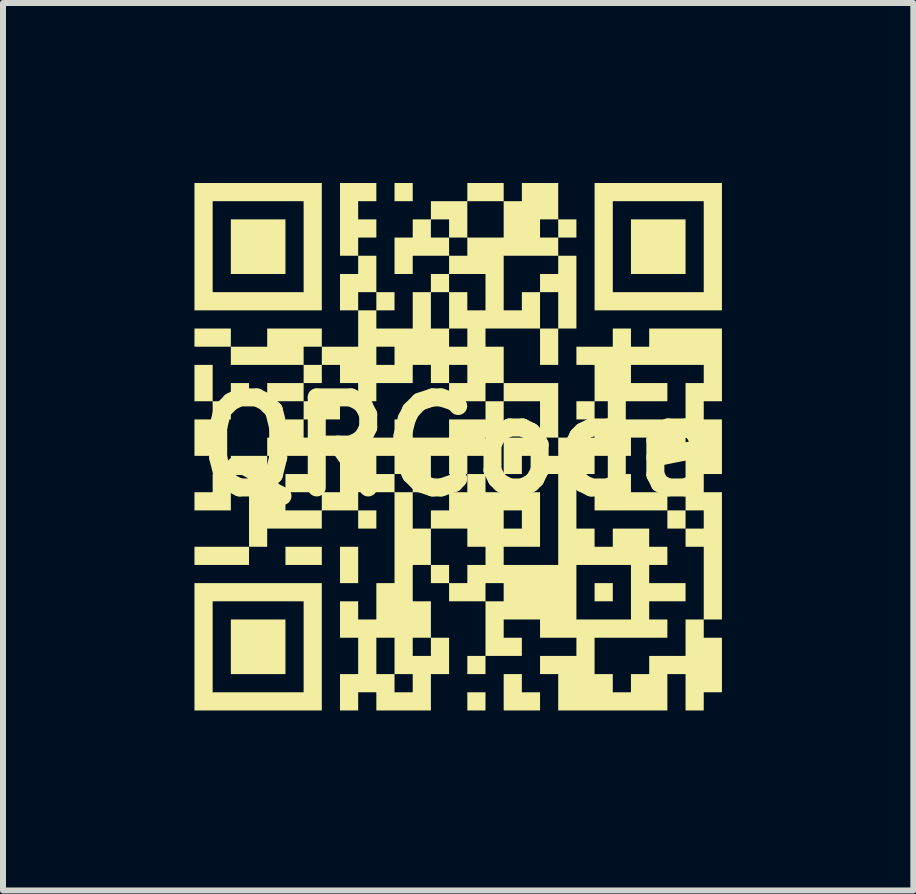
<source format=kicad_pcb>
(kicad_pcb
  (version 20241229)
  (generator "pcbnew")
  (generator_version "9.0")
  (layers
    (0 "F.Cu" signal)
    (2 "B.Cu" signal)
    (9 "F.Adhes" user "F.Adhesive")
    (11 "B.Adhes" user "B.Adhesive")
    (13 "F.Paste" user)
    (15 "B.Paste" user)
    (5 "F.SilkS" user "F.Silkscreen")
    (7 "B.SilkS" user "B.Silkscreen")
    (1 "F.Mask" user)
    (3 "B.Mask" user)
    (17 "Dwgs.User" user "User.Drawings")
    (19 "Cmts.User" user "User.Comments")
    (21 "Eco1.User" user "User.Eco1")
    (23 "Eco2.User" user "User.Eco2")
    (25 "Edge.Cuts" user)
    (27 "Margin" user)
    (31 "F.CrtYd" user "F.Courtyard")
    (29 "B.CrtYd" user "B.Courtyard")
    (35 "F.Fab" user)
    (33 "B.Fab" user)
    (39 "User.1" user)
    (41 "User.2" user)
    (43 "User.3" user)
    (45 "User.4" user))
  (footprint "QRCode"
    (layer "F.Cu")
    (at 4.586 4.395)
    (property "Reference" "QRCode" (at 0 0 0) (layer "F.SilkS") (effects (font (size 1.5 1.5) (thickness 0.3))))
    (attr board_only exclude_from_pos_files exclude_from_bom)
    (fp_poly (pts (xy -2.879 -3.334) (xy -2.879 -2.879) (xy -3.334 -2.879) (xy -3.789 -2.879) (xy -3.789 -3.334) (xy -3.789 -3.789) (xy -3.334 -3.789) (xy -2.879 -3.789)) (stroke (width 0) (type solid)) (fill yes) (layer "F.SilkS"))
    (fp_poly (pts (xy -2.879 3.334) (xy -2.879 3.789) (xy -3.334 3.789) (xy -3.789 3.789) (xy -3.789 3.334) (xy -3.789 2.879) (xy -3.334 2.879) (xy -2.879 2.879)) (stroke (width 0) (type solid)) (fill yes) (layer "F.SilkS"))
    (fp_poly (pts (xy -2.273 0.606) (xy -2.273 0.758) (xy -2.576 0.758) (xy -2.879 0.758) (xy -2.879 0.606) (xy -2.879 0.455) (xy -2.576 0.455) (xy -2.273 0.455)) (stroke (width 0) (type solid)) (fill yes) (layer "F.SilkS"))
    (fp_poly (pts (xy -2.273 1.819) (xy -2.273 1.97) (xy -2.576 1.97) (xy -2.879 1.97) (xy -2.879 1.819) (xy -2.879 1.667) (xy -2.576 1.667) (xy -2.273 1.667)) (stroke (width 0) (type solid)) (fill yes) (layer "F.SilkS"))
    (fp_poly (pts (xy -1.667 1.97) (xy -1.667 2.273) (xy -1.819 2.273) (xy -1.97 2.273) (xy -1.97 1.97) (xy -1.97 1.667) (xy -1.819 1.667) (xy -1.667 1.667)) (stroke (width 0) (type solid)) (fill yes) (layer "F.SilkS"))
    (fp_poly (pts (xy -1.364 1.212) (xy -1.364 1.364) (xy -1.516 1.364) (xy -1.667 1.364) (xy -1.667 1.212) (xy -1.667 1.061) (xy -1.516 1.061) (xy -1.364 1.061)) (stroke (width 0) (type solid)) (fill yes) (layer "F.SilkS"))
    (fp_poly (pts (xy -0.758 -4.243) (xy -0.758 -4.092) (xy -0.909 -4.092) (xy -1.061 -4.092) (xy -1.061 -4.243) (xy -1.061 -4.395) (xy -0.909 -4.395) (xy -0.758 -4.395)) (stroke (width 0) (type solid)) (fill yes) (layer "F.SilkS"))
    (fp_poly (pts (xy 0.455 4.243) (xy 0.455 4.395) (xy 0.303 4.395) (xy 0.152 4.395) (xy 0.152 4.243) (xy 0.152 4.092) (xy 0.303 4.092) (xy 0.455 4.092)) (stroke (width 0) (type solid)) (fill yes) (layer "F.SilkS"))
    (fp_poly (pts (xy 2.576 2.425) (xy 2.576 2.576) (xy 2.425 2.576) (xy 2.273 2.576) (xy 2.273 2.425) (xy 2.273 2.273) (xy 2.425 2.273) (xy 2.576 2.273)) (stroke (width 0) (type solid)) (fill yes) (layer "F.SilkS"))
    (fp_poly (pts (xy 3.789 -3.334) (xy 3.789 -2.879) (xy 3.334 -2.879) (xy 2.879 -2.879) (xy 2.879 -3.334) (xy 2.879 -3.789) (xy 3.334 -3.789) (xy 3.789 -3.789)) (stroke (width 0) (type solid)) (fill yes) (layer "F.SilkS"))
    (fp_poly (pts (xy 3.789 1.212) (xy 3.789 1.364) (xy 3.637 1.364) (xy 3.486 1.364) (xy 3.486 1.212) (xy 3.486 1.061) (xy 3.637 1.061) (xy 3.789 1.061)) (stroke (width 0) (type solid)) (fill yes) (layer "F.SilkS"))
    (fp_poly (pts (xy 1.061 3.94) (xy 1.061 4.092) (xy 1.212 4.092) (xy 1.364 4.092) (xy 1.364 4.243) (xy 1.364 4.395) (xy 1.061 4.395) (xy 0.758 4.395) (xy 0.758 4.092) (xy 0.758 3.789) (xy 0.909 3.789) (xy 1.061 3.789)) (stroke (width 0) (type solid)) (fill yes) (layer "F.SilkS"))
    (fp_poly (pts (xy 1.364 0) (xy 1.364 0.152) (xy 1.212 0.152) (xy 1.061 0.152) (xy 1.061 0.303) (xy 1.061 0.455) (xy 0.909 0.455) (xy 0.758 0.455) (xy 0.758 0.152) (xy 0.758 -0.152) (xy 1.061 -0.152) (xy 1.364 -0.152)) (stroke (width 0) (type solid)) (fill yes) (layer "F.SilkS"))
    (fp_poly (pts (xy 2.879 0.606) (xy 2.879 0.758) (xy 3.183 0.758) (xy 3.486 0.758) (xy 3.486 0.909) (xy 3.486 1.061) (xy 2.879 1.061) (xy 2.273 1.061) (xy 2.273 0.909) (xy 2.273 0.758) (xy 2.425 0.758) (xy 2.576 0.758) (xy 2.576 0.606) (xy 2.576 0.455) (xy 2.728 0.455) (xy 2.879 0.455)) (stroke (width 0) (type solid)) (fill yes) (layer "F.SilkS"))
    (fp_poly (pts (xy -2.273 -3.334) (xy -2.273 -2.273) (xy -3.334 -2.273) (xy -4.395 -2.273) (xy -4.395 -3.334) (xy -4.395 -4.092) (xy -4.092 -4.092) (xy -4.092 -3.334) (xy -4.092 -2.576) (xy -3.334 -2.576) (xy -2.576 -2.576) (xy -2.576 -3.334) (xy -2.576 -4.092) (xy -3.334 -4.092) (xy -4.092 -4.092) (xy -4.395 -4.092) (xy -4.395 -4.395) (xy -3.334 -4.395) (xy -2.273 -4.395)) (stroke (width 0) (type solid)) (fill yes) (layer "F.SilkS"))
    (fp_poly (pts (xy -2.273 3.334) (xy -2.273 4.395) (xy -3.334 4.395) (xy -4.395 4.395) (xy -4.395 3.334) (xy -4.395 2.576) (xy -4.092 2.576) (xy -4.092 3.334) (xy -4.092 4.092) (xy -3.334 4.092) (xy -2.576 4.092) (xy -2.576 3.334) (xy -2.576 2.576) (xy -3.334 2.576) (xy -4.092 2.576) (xy -4.395 2.576) (xy -4.395 2.273) (xy -3.334 2.273) (xy -2.273 2.273)) (stroke (width 0) (type solid)) (fill yes) (layer "F.SilkS"))
    (fp_poly (pts (xy 4.395 -3.334) (xy 4.395 -2.273) (xy 3.334 -2.273) (xy 2.273 -2.273) (xy 2.273 -3.334) (xy 2.273 -4.092) (xy 2.576 -4.092) (xy 2.576 -3.334) (xy 2.576 -2.576) (xy 3.334 -2.576) (xy 4.092 -2.576) (xy 4.092 -3.334) (xy 4.092 -4.092) (xy 3.334 -4.092) (xy 2.576 -4.092) (xy 2.273 -4.092) (xy 2.273 -4.395) (xy 3.334 -4.395) (xy 4.395 -4.395)) (stroke (width 0) (type solid)) (fill yes) (layer "F.SilkS"))
    (fp_poly (pts (xy -1.364 -4.243) (xy -1.364 -4.092) (xy -1.516 -4.092) (xy -1.667 -4.092) (xy -1.667 -3.94) (xy -1.667 -3.789) (xy -1.516 -3.789) (xy -1.364 -3.789) (xy -1.364 -3.637) (xy -1.364 -3.486) (xy -1.516 -3.486) (xy -1.667 -3.486) (xy -1.667 -3.334) (xy -1.667 -3.183) (xy -1.819 -3.183) (xy -1.97 -3.183) (xy -1.97 -3.789) (xy -1.97 -4.395) (xy -1.667 -4.395) (xy -1.364 -4.395)) (stroke (width 0) (type solid)) (fill yes) (layer "F.SilkS"))
    (fp_poly (pts (xy -4.092 -1.061) (xy -4.092 -0.758) (xy -3.94 -0.758) (xy -3.789 -0.758) (xy -3.789 -0.909) (xy -3.789 -1.061) (xy -3.637 -1.061) (xy -3.486 -1.061) (xy -3.486 -0.909) (xy -3.486 -0.758) (xy -3.637 -0.758) (xy -3.789 -0.758) (xy -3.789 -0.606) (xy -3.789 -0.455) (xy -3.94 -0.455) (xy -4.092 -0.455) (xy -4.092 -0.152) (xy -4.092 0.152) (xy -4.243 0.152) (xy -4.395 0.152) (xy -4.395 -0.152) (xy -4.395 -0.455) (xy -4.243 -0.455) (xy -4.092 -0.455) (xy -4.092 -0.606) (xy -4.092 -0.758) (xy -4.243 -0.758) (xy -4.395 -0.758) (xy -4.395 -1.061) (xy -4.395 -1.364) (xy -4.243 -1.364) (xy -4.092 -1.364)) (stroke (width 0) (type solid)) (fill yes) (layer "F.SilkS"))
    (fp_poly (pts (xy 0.758 -4.243) (xy 0.758 -4.092) (xy 0.909 -4.092) (xy 1.061 -4.092) (xy 1.061 -4.243) (xy 1.061 -4.395) (xy 1.364 -4.395) (xy 1.667 -4.395) (xy 1.667 -4.092) (xy 1.667 -3.789) (xy 1.516 -3.789) (xy 1.364 -3.789) (xy 1.364 -3.637) (xy 1.364 -3.486) (xy 1.516 -3.486) (xy 1.667 -3.486) (xy 1.667 -3.637) (xy 1.667 -3.789) (xy 1.819 -3.789) (xy 1.97 -3.789) (xy 1.97 -3.637) (xy 1.97 -3.486) (xy 1.819 -3.486) (xy 1.667 -3.486) (xy 1.667 -3.334) (xy 1.667 -3.183) (xy 1.212 -3.183) (xy 0.758 -3.183) (xy 0.758 -2.728) (xy 0.758 -2.273) (xy 0.909 -2.273) (xy 1.061 -2.273) (xy 1.061 -2.425) (xy 1.061 -2.576) (xy 1.212 -2.576) (xy 1.364 -2.576) (xy 1.364 -2.273) (xy 1.364 -1.97) (xy 1.516 -1.97) (xy 1.667 -1.97) (xy 1.667 -2.273) (xy 1.667 -2.576) (xy 1.516 -2.576) (xy 1.364 -2.576) (xy 1.364 -2.728) (xy 1.364 -2.879) (xy 1.516 -2.879) (xy 1.667 -2.879) (xy 1.667 -3.031) (xy 1.667 -3.183) (xy 1.819 -3.183) (xy 1.97 -3.183) (xy 1.97 -2.576) (xy 1.97 -1.97) (xy 1.819 -1.97) (xy 1.667 -1.97) (xy 1.667 -1.667) (xy 1.667 -1.364) (xy 1.516 -1.364) (xy 1.364 -1.364) (xy 1.364 -1.667) (xy 1.364 -1.97) (xy 0.909 -1.97) (xy 0.455 -1.97) (xy 0.455 -1.819) (xy 0.455 -1.667) (xy 0.606 -1.667) (xy 0.758 -1.667) (xy 0.758 -1.364) (xy 0.758 -1.061) (xy 0.606 -1.061) (xy 0.455 -1.061) (xy 0.455 -0.909) (xy 0.455 -0.758) (xy 0.152 -0.758) (xy -0.152 -0.758) (xy -0.152 -0.909) (xy -0.152 -1.061) (xy 0 -1.061) (xy 0.152 -1.061) (xy 0.152 -1.212) (xy 0.152 -1.364) (xy 0 -1.364) (xy -0.152 -1.364) (xy -0.152 -1.212) (xy -0.152 -1.061) (xy -0.303 -1.061) (xy -0.455 -1.061) (xy -0.455 -1.212) (xy -0.455 -1.364) (xy -0.606 -1.364) (xy -0.758 -1.364) (xy -0.758 -1.212) (xy -0.758 -1.061) (xy -1.061 -1.061) (xy -1.364 -1.061) (xy -1.364 -0.909) (xy -1.364 -0.758) (xy -1.516 -0.758) (xy -1.667 -0.758) (xy -1.667 -0.909) (xy -1.667 -1.061) (xy -1.819 -1.061) (xy -1.97 -1.061) (xy -1.97 -1.212) (xy -1.97 -1.364) (xy -2.122 -1.364) (xy -2.273 -1.364) (xy -2.273 -1.212) (xy -2.273 -1.061) (xy -2.425 -1.061) (xy -2.576 -1.061) (xy -2.576 -0.909) (xy -2.576 -0.758) (xy -2.879 -0.758) (xy -3.183 -0.758) (xy -3.183 -0.909) (xy -3.183 -1.061) (xy -2.879 -1.061) (xy -2.576 -1.061) (xy -2.576 -1.212) (xy -2.576 -1.364) (xy -3.183 -1.364) (xy -3.789 -1.364) (xy -3.789 -1.516) (xy -3.789 -1.667) (xy -4.092 -1.667) (xy -4.395 -1.667) (xy -4.395 -1.819) (xy -4.395 -1.97) (xy -4.092 -1.97) (xy -3.789 -1.97) (xy -3.789 -1.819) (xy -3.789 -1.667) (xy -3.486 -1.667) (xy -3.183 -1.667) (xy -2.576 -1.667) (xy -2.576 -1.516) (xy -2.576 -1.364) (xy -2.425 -1.364) (xy -2.273 -1.364) (xy -2.273 -1.516) (xy -2.273 -1.667) (xy -2.425 -1.667) (xy -2.576 -1.667) (xy -3.183 -1.667) (xy -3.183 -1.819) (xy -3.183 -1.97) (xy -2.728 -1.97) (xy -2.273 -1.97) (xy -2.273 -1.819) (xy -2.273 -1.667) (xy -1.97 -1.667) (xy -1.667 -1.667) (xy -1.364 -1.667) (xy -1.364 -1.516) (xy -1.364 -1.364) (xy -1.212 -1.364) (xy -1.061 -1.364) (xy -1.061 -1.516) (xy -1.061 -1.667) (xy -1.212 -1.667) (xy -1.364 -1.667) (xy -1.667 -1.667) (xy -1.667 -1.97) (xy -1.667 -2.273) (xy -1.819 -2.273) (xy -1.97 -2.273) (xy -1.97 -2.576) (xy -1.97 -2.879) (xy -1.819 -2.879) (xy -1.667 -2.879) (xy -1.667 -3.031) (xy -1.667 -3.183) (xy -1.516 -3.183) (xy -1.364 -3.183) (xy -1.364 -2.879) (xy -1.364 -2.576) (xy -1.516 -2.576) (xy -1.667 -2.576) (xy -1.667 -2.425) (xy -1.667 -2.273) (xy -1.516 -2.273) (xy -1.364 -2.273) (xy -1.364 -2.425) (xy -1.364 -2.576) (xy -1.212 -2.576) (xy -1.061 -2.576) (xy -1.061 -2.425) (xy -1.061 -2.273) (xy -1.212 -2.273) (xy -1.364 -2.273) (xy -1.364 -2.122) (xy -1.364 -1.97) (xy -1.061 -1.97) (xy -0.758 -1.97) (xy -0.455 -1.97) (xy -0.303 -1.97) (xy -0.152 -1.97) (xy -0.152 -1.819) (xy -0.152 -1.667) (xy 0 -1.667) (xy 0.152 -1.667) (xy 0.152 -1.819) (xy 0.152 -1.97) (xy 0 -1.97) (xy -0.152 -1.97) (xy -0.152 -2.273) (xy -0.152 -2.576) (xy 0 -2.576) (xy 0.152 -2.576) (xy 0.152 -2.425) (xy 0.152 -2.273) (xy 0.303 -2.273) (xy 0.455 -2.273) (xy 0.455 -2.576) (xy 0.455 -2.879) (xy 0.152 -2.879) (xy -0.152 -2.879) (xy -0.152 -2.728) (xy -0.152 -2.576) (xy -0.303 -2.576) (xy -0.455 -2.576) (xy -0.455 -2.273) (xy -0.455 -1.97) (xy -0.758 -1.97) (xy -0.758 -2.273) (xy -0.758 -2.576) (xy -0.606 -2.576) (xy -0.455 -2.576) (xy -0.455 -2.728) (xy -0.455 -2.879) (xy -0.303 -2.879) (xy -0.152 -2.879) (xy -0.152 -3.031) (xy -0.152 -3.183) (xy -0.455 -3.183) (xy -0.758 -3.183) (xy -0.758 -3.031) (xy -0.758 -2.879) (xy -0.909 -2.879) (xy -1.061 -2.879) (xy -1.061 -3.183) (xy -1.061 -3.486) (xy -0.909 -3.486) (xy -0.758 -3.486) (xy -0.455 -3.486) (xy -0.303 -3.486) (xy -0.152 -3.486) (xy -0.152 -3.334) (xy -0.152 -3.183) (xy 0 -3.183) (xy 0.152 -3.183) (xy 0.152 -3.334) (xy 0.152 -3.486) (xy 0.455 -3.486) (xy 0.758 -3.486) (xy 0.758 -3.789) (xy 0.758 -4.092) (xy 0.455 -4.092) (xy 0.152 -4.092) (xy 0.152 -3.789) (xy 0.152 -3.486) (xy 0 -3.486) (xy -0.152 -3.486) (xy -0.152 -3.637) (xy -0.152 -3.789) (xy -0.303 -3.789) (xy -0.455 -3.789) (xy -0.455 -3.637) (xy -0.455 -3.486) (xy -0.758 -3.486) (xy -0.758 -3.637) (xy -0.758 -3.789) (xy -0.606 -3.789) (xy -0.455 -3.789) (xy -0.455 -3.94) (xy -0.455 -4.092) (xy -0.152 -4.092) (xy 0.152 -4.092) (xy 0.152 -4.243) (xy 0.152 -4.395) (xy 0.455 -4.395) (xy 0.758 -4.395)) (stroke (width 0) (type solid)) (fill yes) (layer "F.SilkS"))
    (fp_poly (pts (xy 2.879 -1.819) (xy 2.879 -1.667) (xy 3.031 -1.667) (xy 3.183 -1.667) (xy 3.183 -1.819) (xy 3.183 -1.97) (xy 3.789 -1.97) (xy 4.395 -1.97) (xy 4.395 -1.364) (xy 4.395 -0.758) (xy 4.243 -0.758) (xy 4.092 -0.758) (xy 4.092 -0.606) (xy 4.092 -0.455) (xy 4.243 -0.455) (xy 4.395 -0.455) (xy 4.395 0) (xy 4.395 0.455) (xy 4.243 0.455) (xy 4.092 0.455) (xy 4.092 0.606) (xy 4.092 0.758) (xy 4.243 0.758) (xy 4.395 0.758) (xy 4.395 1.819) (xy 4.395 2.879) (xy 4.243 2.879) (xy 4.092 2.879) (xy 4.092 3.031) (xy 4.092 3.183) (xy 4.243 3.183) (xy 4.395 3.183) (xy 4.395 3.637) (xy 4.395 4.092) (xy 4.243 4.092) (xy 4.092 4.092) (xy 4.092 4.243) (xy 4.092 4.395) (xy 3.94 4.395) (xy 3.789 4.395) (xy 3.789 4.092) (xy 3.789 3.789) (xy 3.637 3.789) (xy 3.486 3.789) (xy 3.486 4.092) (xy 3.486 4.395) (xy 2.576 4.395) (xy 1.667 4.395) (xy 1.667 4.092) (xy 1.667 3.789) (xy 1.516 3.789) (xy 1.364 3.789) (xy 1.364 3.637) (xy 1.364 3.486) (xy 1.667 3.486) (xy 1.97 3.486) (xy 1.97 3.334) (xy 1.97 3.183) (xy 1.667 3.183) (xy 1.364 3.183) (xy 1.364 3.031) (xy 1.364 2.879) (xy 1.061 2.879) (xy 0.758 2.879) (xy 0.758 3.031) (xy 0.758 3.183) (xy 0.909 3.183) (xy 1.061 3.183) (xy 1.061 3.334) (xy 1.061 3.486) (xy 0.758 3.486) (xy 0.455 3.486) (xy 0.455 3.637) (xy 0.455 3.789) (xy 0.303 3.789) (xy 0.152 3.789) (xy 0.152 3.637) (xy 0.152 3.486) (xy 0.303 3.486) (xy 0.455 3.486) (xy 0.455 3.031) (xy 0.455 2.576) (xy 0.152 2.576) (xy -0.152 2.576) (xy -0.152 2.425) (xy -0.152 2.273) (xy -0.303 2.273) (xy -0.455 2.273) (xy -0.455 2.122) (xy -0.455 1.97) (xy -0.303 1.97) (xy -0.152 1.97) (xy -0.152 2.122) (xy -0.152 2.273) (xy 0 2.273) (xy 0.152 2.273) (xy 0.455 2.273) (xy 0.455 2.425) (xy 0.455 2.576) (xy 0.606 2.576) (xy 0.758 2.576) (xy 0.758 2.425) (xy 0.758 2.273) (xy 0.606 2.273) (xy 0.455 2.273) (xy 0.152 2.273) (xy 0.152 2.122) (xy 0.152 1.97) (xy 0.303 1.97) (xy 0.455 1.97) (xy 0.455 1.819) (xy 0.455 1.667) (xy 0.303 1.667) (xy 0.152 1.667) (xy 0.152 1.516) (xy 0.152 1.364) (xy -0.152 1.364) (xy -0.455 1.364) (xy -0.455 1.667) (xy -0.455 1.97) (xy -0.606 1.97) (xy -0.758 1.97) (xy -0.758 2.273) (xy -0.758 2.576) (xy -0.606 2.576) (xy -0.455 2.576) (xy -0.455 2.879) (xy -0.455 3.183) (xy -0.606 3.183) (xy -0.758 3.183) (xy -0.758 3.334) (xy -0.758 3.486) (xy -0.606 3.486) (xy -0.455 3.486) (xy -0.455 3.334) (xy -0.455 3.183) (xy -0.303 3.183) (xy -0.152 3.183) (xy -0.152 3.486) (xy -0.152 3.789) (xy -0.303 3.789) (xy -0.455 3.789) (xy -0.455 4.092) (xy -0.455 4.395) (xy -0.909 4.395) (xy -1.364 4.395) (xy -1.364 4.243) (xy -1.364 4.092) (xy -1.516 4.092) (xy -1.667 4.092) (xy -1.667 4.243) (xy -1.667 4.395) (xy -1.819 4.395) (xy -1.97 4.395) (xy -1.97 4.092) (xy -1.97 3.789) (xy -1.819 3.789) (xy -1.667 3.789) (xy -1.667 3.486) (xy -1.667 3.183) (xy -1.364 3.183) (xy -1.364 3.486) (xy -1.364 3.789) (xy -1.212 3.789) (xy -1.061 3.789) (xy -1.061 3.94) (xy -1.061 4.092) (xy -0.909 4.092) (xy -0.758 4.092) (xy -0.758 3.94) (xy -0.758 3.789) (xy -0.909 3.789) (xy -1.061 3.789) (xy -1.061 3.486) (xy -1.061 3.183) (xy -1.212 3.183) (xy -1.364 3.183) (xy -1.667 3.183) (xy -1.819 3.183) (xy -1.97 3.183) (xy -1.97 2.879) (xy -1.97 2.576) (xy -1.819 2.576) (xy -1.667 2.576) (xy -1.667 2.728) (xy -1.667 2.879) (xy -1.516 2.879) (xy -1.364 2.879) (xy -1.364 2.576) (xy -1.364 2.273) (xy -1.212 2.273) (xy -1.061 2.273) (xy -1.061 1.516) (xy -1.061 0.758) (xy -0.909 0.758) (xy -0.758 0.758) (xy -0.758 1.061) (xy -0.758 1.364) (xy -0.606 1.364) (xy -0.455 1.364) (xy -0.455 1.212) (xy -0.455 1.061) (xy -0.303 1.061) (xy -0.152 1.061) (xy 0.758 1.061) (xy 0.758 1.212) (xy 0.758 1.364) (xy 0.909 1.364) (xy 1.061 1.364) (xy 1.061 1.212) (xy 1.061 1.061) (xy 0.909 1.061) (xy 0.758 1.061) (xy -0.152 1.061) (xy -0.152 0.909) (xy -0.152 0.758) (xy 0 0.758) (xy 0.152 0.758) (xy 0.152 0.606) (xy 0.152 0.455) (xy 0.303 0.455) (xy 0.455 0.455) (xy 0.455 0.606) (xy 0.455 0.758) (xy 0.909 0.758) (xy 1.364 0.758) (xy 1.364 1.212) (xy 1.364 1.667) (xy 1.061 1.667) (xy 0.758 1.667) (xy 0.758 1.819) (xy 0.758 1.97) (xy 1.212 1.97) (xy 1.667 1.97) (xy 1.97 1.97) (xy 1.97 2.425) (xy 1.97 2.879) (xy 2.425 2.879) (xy 2.879 2.879) (xy 2.879 2.425) (xy 2.879 1.97) (xy 2.425 1.97) (xy 1.97 1.97) (xy 1.667 1.97) (xy 1.667 1.364) (xy 1.97 1.364) (xy 2.122 1.364) (xy 2.273 1.364) (xy 2.273 1.516) (xy 2.273 1.667) (xy 2.425 1.667) (xy 2.576 1.667) (xy 2.576 1.516) (xy 2.576 1.364) (xy 2.879 1.364) (xy 3.183 1.364) (xy 3.183 1.516) (xy 3.183 1.667) (xy 3.334 1.667) (xy 3.486 1.667) (xy 3.486 1.819) (xy 3.486 1.97) (xy 3.334 1.97) (xy 3.183 1.97) (xy 3.183 2.122) (xy 3.183 2.273) (xy 3.486 2.273) (xy 3.789 2.273) (xy 3.789 2.425) (xy 3.789 2.576) (xy 3.486 2.576) (xy 3.183 2.576) (xy 3.183 2.728) (xy 3.183 2.879) (xy 3.334 2.879) (xy 3.486 2.879) (xy 3.486 3.031) (xy 3.486 3.183) (xy 2.879 3.183) (xy 2.273 3.183) (xy 2.273 3.486) (xy 2.273 3.789) (xy 2.425 3.789) (xy 2.576 3.789) (xy 2.576 3.94) (xy 2.576 4.092) (xy 2.728 4.092) (xy 2.879 4.092) (xy 2.879 3.94) (xy 2.879 3.789) (xy 3.031 3.789) (xy 3.183 3.789) (xy 3.183 3.637) (xy 3.183 3.486) (xy 3.486 3.486) (xy 3.789 3.486) (xy 3.789 3.183) (xy 3.789 2.879) (xy 3.94 2.879) (xy 4.092 2.879) (xy 4.092 2.273) (xy 4.092 1.667) (xy 3.94 1.667) (xy 3.789 1.667) (xy 3.789 1.516) (xy 3.789 1.364) (xy 3.94 1.364) (xy 4.092 1.364) (xy 4.092 1.212) (xy 4.092 1.061) (xy 3.94 1.061) (xy 3.789 1.061) (xy 3.789 0.606) (xy 3.789 0.152) (xy 3.94 0.152) (xy 4.092 0.152) (xy 4.092 0) (xy 4.092 -0.152) (xy 3.94 -0.152) (xy 3.789 -0.152) (xy 3.789 0) (xy 3.789 0.152) (xy 3.486 0.152) (xy 3.183 0.152) (xy 3.183 0) (xy 3.183 -0.152) (xy 3.031 -0.152) (xy 2.879 -0.152) (xy 2.879 0) (xy 2.879 0.152) (xy 2.576 0.152) (xy 2.273 0.152) (xy 2.273 0.303) (xy 2.273 0.455) (xy 2.122 0.455) (xy 1.97 0.455) (xy 1.97 0.909) (xy 1.97 1.364) (xy 1.667 1.364) (xy 1.667 1.212) (xy 1.667 0.455) (xy 1.516 0.455) (xy 1.364 0.455) (xy 1.364 0.303) (xy 1.364 0.152) (xy 1.516 0.152) (xy 1.667 0.152) (xy 1.667 0) (xy 1.667 -0.152) (xy 1.516 -0.152) (xy 1.364 -0.152) (xy 1.364 -0.455) (xy 1.364 -0.758) (xy 1.061 -0.758) (xy 0.758 -0.758) (xy 0.758 -0.455) (xy 0.758 -0.152) (xy 0.606 -0.152) (xy 0.455 -0.152) (xy 0.455 0) (xy 0.455 0.152) (xy 0.303 0.152) (xy 0.152 0.152) (xy 0.152 0.303) (xy 0.152 0.455) (xy 0 0.455) (xy -0.152 0.455) (xy -0.152 0.303) (xy -0.152 0.152) (xy -0.303 0.152) (xy -0.455 0.152) (xy -0.455 0.455) (xy -0.455 0.758) (xy -0.606 0.758) (xy -0.758 0.758) (xy -0.758 0.606) (xy -0.758 0.455) (xy -0.909 0.455) (xy -1.061 0.455) (xy -1.061 0.606) (xy -1.061 0.758) (xy -1.364 0.758) (xy -1.667 0.758) (xy -1.667 0.909) (xy -1.667 1.061) (xy -1.97 1.061) (xy -2.273 1.061) (xy -2.273 1.212) (xy -2.273 1.364) (xy -2.728 1.364) (xy -3.183 1.364) (xy -3.183 1.516) (xy -3.183 1.667) (xy -3.334 1.667) (xy -3.486 1.667) (xy -3.486 1.819) (xy -3.486 1.97) (xy -3.94 1.97) (xy -4.395 1.97) (xy -4.395 1.819) (xy -4.395 1.667) (xy -3.94 1.667) (xy -3.486 1.667) (xy -3.486 1.061) (xy -3.486 0.455) (xy -3.637 0.455) (xy -3.789 0.455) (xy -3.789 0.758) (xy -3.789 1.061) (xy -4.092 1.061) (xy -4.395 1.061) (xy -4.395 0.909) (xy -4.395 0.758) (xy -4.243 0.758) (xy -4.092 0.758) (xy -4.092 0.606) (xy -4.092 0.455) (xy -3.94 0.455) (xy -3.789 0.455) (xy -3.789 0.303) (xy -3.789 0.152) (xy -3.486 0.152) (xy -3.183 0.152) (xy -3.183 0.455) (xy -3.183 0.758) (xy -3.031 0.758) (xy -2.879 0.758) (xy -2.879 0.909) (xy -2.879 1.061) (xy -2.576 1.061) (xy -2.273 1.061) (xy -2.273 0.909) (xy -2.273 0.758) (xy -2.122 0.758) (xy -1.97 0.758) (xy -1.97 0.455) (xy -1.97 0.152) (xy -1.364 0.152) (xy -1.364 0.303) (xy -1.364 0.455) (xy -1.212 0.455) (xy -1.061 0.455) (xy -1.061 0.303) (xy -1.061 0.152) (xy -1.212 0.152) (xy -1.364 0.152) (xy -1.97 0.152) (xy -2.576 0.152) (xy -3.183 0.152) (xy -3.183 0) (xy -3.183 -0.152) (xy -3.031 -0.152) (xy -2.879 -0.152) (xy -2.879 -0.303) (xy -2.879 -0.455) (xy -2.728 -0.455) (xy -2.576 -0.455) (xy -2.576 -0.606) (xy -2.576 -0.758) (xy -2.273 -0.758) (xy -1.97 -0.758) (xy -1.97 -0.606) (xy -1.97 -0.455) (xy -2.273 -0.455) (xy -2.576 -0.455) (xy -2.576 -0.303) (xy -2.576 -0.152) (xy -1.819 -0.152) (xy -1.061 -0.152) (xy -1.061 -0.303) (xy -1.061 -0.455) (xy -0.909 -0.455) (xy -0.758 -0.455) (xy -0.758 -0.303) (xy -0.758 -0.152) (xy -0.455 -0.152) (xy -0.152 -0.152) (xy -0.152 -0.303) (xy -0.152 -0.455) (xy 0.152 -0.455) (xy 0.455 -0.455) (xy 0.455 -0.606) (xy 0.455 -0.758) (xy 0.606 -0.758) (xy 0.758 -0.758) (xy 0.758 -0.909) (xy 0.758 -1.061) (xy 1.212 -1.061) (xy 1.667 -1.061) (xy 1.667 -0.606) (xy 1.667 -0.152) (xy 1.97 -0.152) (xy 2.273 -0.152) (xy 2.273 -0.303) (xy 2.273 -0.455) (xy 3.031 -0.455) (xy 3.789 -0.455) (xy 3.789 -0.758) (xy 3.789 -1.061) (xy 3.94 -1.061) (xy 4.092 -1.061) (xy 4.092 -1.212) (xy 4.092 -1.364) (xy 3.486 -1.364) (xy 2.879 -1.364) (xy 2.879 -1.212) (xy 2.879 -1.061) (xy 3.183 -1.061) (xy 3.486 -1.061) (xy 3.486 -0.909) (xy 3.486 -0.758) (xy 2.879 -0.758) (xy 2.273 -0.758) (xy 2.273 -0.606) (xy 2.273 -0.455) (xy 2.122 -0.455) (xy 1.97 -0.455) (xy 1.97 -0.606) (xy 1.97 -0.758) (xy 2.122 -0.758) (xy 2.273 -0.758) (xy 2.273 -1.061) (xy 2.273 -1.364) (xy 2.122 -1.364) (xy 1.97 -1.364) (xy 1.97 -1.516) (xy 1.97 -1.667) (xy 2.273 -1.667) (xy 2.576 -1.667) (xy 2.576 -1.819) (xy 2.576 -1.97) (xy 2.728 -1.97) (xy 2.879 -1.97)) (stroke (width 0) (type solid)) (fill yes) (layer "F.SilkS")))
  (gr_rect
    (start -3 -3)
    (end 12.171 11.79)
    (stroke (width 0.1) (type default))
    (fill no)
    (layer "Edge.Cuts")))
</source>
